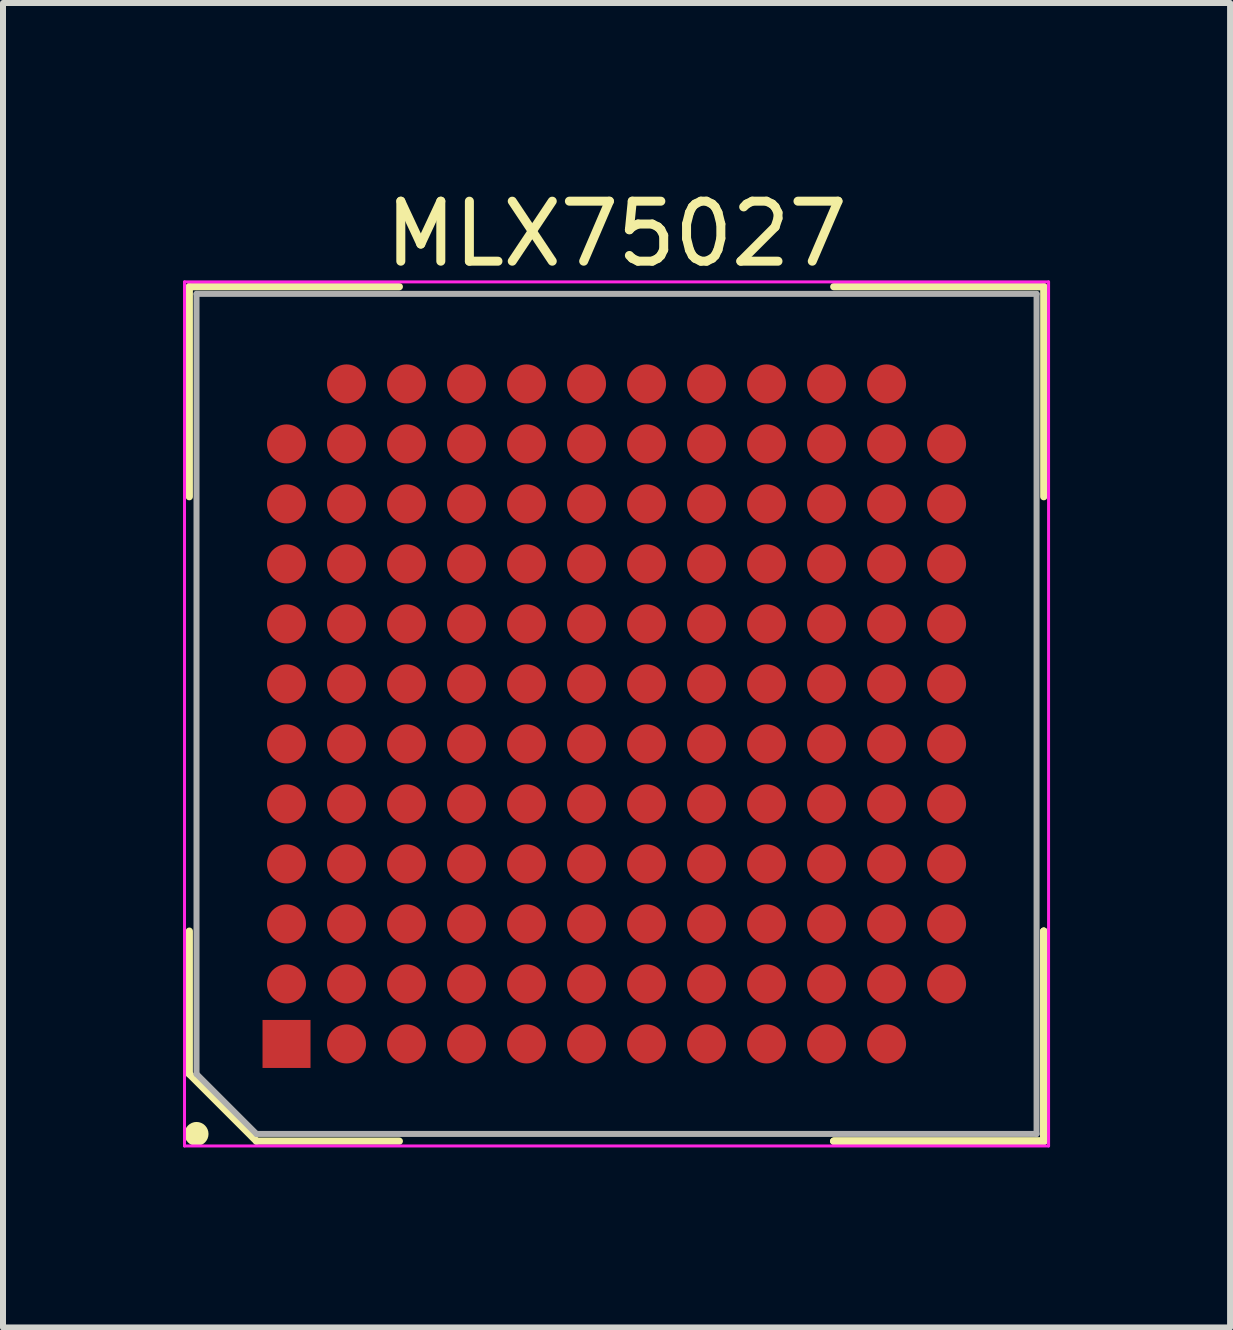
<source format=kicad_pcb>
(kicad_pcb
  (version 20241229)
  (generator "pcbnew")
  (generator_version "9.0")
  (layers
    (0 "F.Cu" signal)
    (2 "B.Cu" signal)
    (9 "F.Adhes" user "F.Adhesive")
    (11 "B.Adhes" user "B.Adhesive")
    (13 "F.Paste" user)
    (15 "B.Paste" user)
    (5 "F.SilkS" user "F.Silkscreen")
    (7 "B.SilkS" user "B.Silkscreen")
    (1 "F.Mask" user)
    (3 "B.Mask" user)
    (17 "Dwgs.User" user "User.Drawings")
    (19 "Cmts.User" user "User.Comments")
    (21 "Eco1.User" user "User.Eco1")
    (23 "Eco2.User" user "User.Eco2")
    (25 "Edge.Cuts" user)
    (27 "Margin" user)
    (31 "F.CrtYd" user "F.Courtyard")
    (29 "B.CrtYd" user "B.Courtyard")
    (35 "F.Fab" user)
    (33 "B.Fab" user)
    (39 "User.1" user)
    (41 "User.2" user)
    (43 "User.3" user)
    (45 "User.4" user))
  (footprint "MLX75027"
    (layer "F.Cu")
    (at 7.225 8.848)
    (property "Reference" "MLX75027" (at 0 -8 0) (layer "F.SilkS") (effects (font (size 1 1) (thickness 0.15))))
    (attr smd)
    (fp_line (start -7.12 -7.12) (end -7.12 -3.62) (stroke (width 0.12) (type solid)) (layer "F.SilkS"))
    (fp_line (start -7.12 6) (end -7.12 3.62) (stroke (width 0.12) (type solid)) (layer "F.SilkS"))
    (fp_line (start -6 7.12) (end -7.12 6) (stroke (width 0.12) (type solid)) (layer "F.SilkS"))
    (fp_line (start -3.62 -7.12) (end -7.12 -7.12) (stroke (width 0.12) (type solid)) (layer "F.SilkS"))
    (fp_line (start -3.62 7.12) (end -6 7.12) (stroke (width 0.12) (type solid)) (layer "F.SilkS"))
    (fp_line (start 3.62 -7.12) (end 7.12 -7.12) (stroke (width 0.12) (type solid)) (layer "F.SilkS"))
    (fp_line (start 3.62 7.12) (end 7.12 7.12) (stroke (width 0.12) (type solid)) (layer "F.SilkS"))
    (fp_line (start 3.62 7.12) (end 7.12 7.12) (stroke (width 0.12) (type solid)) (layer "F.SilkS"))
    (fp_line (start 3.62 7.12) (end 7.12 7.12) (stroke (width 0.12) (type solid)) (layer "F.SilkS"))
    (fp_line (start 7.12 -7.12) (end 7.12 -3.62) (stroke (width 0.12) (type solid)) (layer "F.SilkS"))
    (fp_line (start 7.12 7.12) (end 7.12 3.62) (stroke (width 0.12) (type solid)) (layer "F.SilkS"))
    (fp_line (start 7.12 7.12) (end 7.12 3.62) (stroke (width 0.12) (type solid)) (layer "F.SilkS"))
    (fp_line (start 7.12 7.12) (end 7.12 3.62) (stroke (width 0.12) (type solid)) (layer "F.SilkS"))
    (fp_circle (center -7 7) (end -7 6.9) (stroke (width 0.2) (type solid)) (fill no) (layer "F.SilkS"))
    (fp_line (start -7.2 -7.2) (end -7.2 7.2) (stroke (width 0.05) (type solid)) (layer "F.CrtYd"))
    (fp_line (start -7.2 7.2) (end 7.2 7.2) (stroke (width 0.05) (type solid)) (layer "F.CrtYd"))
    (fp_line (start 7.2 -7.2) (end -7.2 -7.2) (stroke (width 0.05) (type solid)) (layer "F.CrtYd"))
    (fp_line (start 7.2 7.2) (end 7.2 -7.2) (stroke (width 0.05) (type solid)) (layer "F.CrtYd"))
    (fp_line (start -7 -7) (end 7 -7) (stroke (width 0.1) (type solid)) (layer "F.Fab"))
    (fp_line (start -7 6) (end -7 -7) (stroke (width 0.1) (type solid)) (layer "F.Fab"))
    (fp_line (start -6 7) (end -7 6) (stroke (width 0.1) (type solid)) (layer "F.Fab"))
    (fp_line (start 7 -7) (end 7 7) (stroke (width 0.1) (type solid)) (layer "F.Fab"))
    (fp_line (start 7 7) (end -6 7) (stroke (width 0.1) (type solid)) (layer "F.Fab"))
    (pad "A1" smd rect (at -5.5 5.5 180) (size 0.8 0.8) (layers "F.Cu" "F.Mask" "F.Paste"))
    (pad "A2" smd circle (at -4.5 5.5 180) (size 0.65 0.65) (layers "F.Cu" "F.Mask" "F.Paste"))
    (pad "A3" smd circle (at -3.5 5.5 180) (size 0.65 0.65) (layers "F.Cu" "F.Mask" "F.Paste"))
    (pad "A4" smd circle (at -2.5 5.5 180) (size 0.65 0.65) (layers "F.Cu" "F.Mask" "F.Paste"))
    (pad "A5" smd circle (at -1.5 5.5 180) (size 0.65 0.65) (layers "F.Cu" "F.Mask" "F.Paste"))
    (pad "A6" smd circle (at -0.5 5.5 180) (size 0.65 0.65) (layers "F.Cu" "F.Mask" "F.Paste"))
    (pad "A7" smd circle (at 0.5 5.5 180) (size 0.65 0.65) (layers "F.Cu" "F.Mask" "F.Paste"))
    (pad "A8" smd circle (at 1.5 5.5 180) (size 0.65 0.65) (layers "F.Cu" "F.Mask" "F.Paste"))
    (pad "A9" smd circle (at 2.5 5.5 180) (size 0.65 0.65) (layers "F.Cu" "F.Mask" "F.Paste"))
    (pad "A10" smd circle (at 3.5 5.5 180) (size 0.65 0.65) (layers "F.Cu" "F.Mask" "F.Paste"))
    (pad "A11" smd circle (at 4.5 5.5 180) (size 0.65 0.65) (layers "F.Cu" "F.Mask" "F.Paste"))
    (pad "B1" smd circle (at -5.5 4.5 180) (size 0.65 0.65) (layers "F.Cu" "F.Mask" "F.Paste"))
    (pad "B2" smd circle (at -4.5 4.5 180) (size 0.65 0.65) (layers "F.Cu" "F.Mask" "F.Paste"))
    (pad "B3" smd circle (at -3.5 4.5 180) (size 0.65 0.65) (layers "F.Cu" "F.Mask" "F.Paste"))
    (pad "B4" smd circle (at -2.5 4.5 180) (size 0.65 0.65) (layers "F.Cu" "F.Mask" "F.Paste"))
    (pad "B5" smd circle (at -1.5 4.5 180) (size 0.65 0.65) (layers "F.Cu" "F.Mask" "F.Paste"))
    (pad "B6" smd circle (at -0.5 4.5 180) (size 0.65 0.65) (layers "F.Cu" "F.Mask" "F.Paste"))
    (pad "B7" smd circle (at 0.5 4.5 180) (size 0.65 0.65) (layers "F.Cu" "F.Mask" "F.Paste"))
    (pad "B8" smd circle (at 1.5 4.5 180) (size 0.65 0.65) (layers "F.Cu" "F.Mask" "F.Paste"))
    (pad "B9" smd circle (at 2.5 4.5 180) (size 0.65 0.65) (layers "F.Cu" "F.Mask" "F.Paste"))
    (pad "B10" smd circle (at 3.5 4.5 180) (size 0.65 0.65) (layers "F.Cu" "F.Mask" "F.Paste"))
    (pad "B11" smd circle (at 4.5 4.5 180) (size 0.65 0.65) (layers "F.Cu" "F.Mask" "F.Paste"))
    (pad "B12" smd circle (at 5.5 4.5 180) (size 0.65 0.65) (layers "F.Cu" "F.Mask" "F.Paste"))
    (pad "C1" smd circle (at -5.5 3.5 180) (size 0.65 0.65) (layers "F.Cu" "F.Mask" "F.Paste"))
    (pad "C2" smd circle (at -4.5 3.5 180) (size 0.65 0.65) (layers "F.Cu" "F.Mask" "F.Paste"))
    (pad "C3" smd circle (at -3.5 3.5 180) (size 0.65 0.65) (layers "F.Cu" "F.Mask" "F.Paste"))
    (pad "C4" smd circle (at -2.5 3.5 180) (size 0.65 0.65) (layers "F.Cu" "F.Mask" "F.Paste"))
    (pad "C5" smd circle (at -1.5 3.5 180) (size 0.65 0.65) (layers "F.Cu" "F.Mask" "F.Paste"))
    (pad "C6" smd circle (at -0.5 3.5 180) (size 0.65 0.65) (layers "F.Cu" "F.Mask" "F.Paste"))
    (pad "C7" smd circle (at 0.5 3.5 180) (size 0.65 0.65) (layers "F.Cu" "F.Mask" "F.Paste"))
    (pad "C8" smd circle (at 1.5 3.5 180) (size 0.65 0.65) (layers "F.Cu" "F.Mask" "F.Paste"))
    (pad "C9" smd circle (at 2.5 3.5 180) (size 0.65 0.65) (layers "F.Cu" "F.Mask" "F.Paste"))
    (pad "C10" smd circle (at 3.5 3.5 180) (size 0.65 0.65) (layers "F.Cu" "F.Mask" "F.Paste"))
    (pad "C11" smd circle (at 4.5 3.5 180) (size 0.65 0.65) (layers "F.Cu" "F.Mask" "F.Paste"))
    (pad "C12" smd circle (at 5.5 3.5 180) (size 0.65 0.65) (layers "F.Cu" "F.Mask" "F.Paste"))
    (pad "D1" smd circle (at -5.5 2.5 180) (size 0.65 0.65) (layers "F.Cu" "F.Mask" "F.Paste"))
    (pad "D2" smd circle (at -4.5 2.5 180) (size 0.65 0.65) (layers "F.Cu" "F.Mask" "F.Paste"))
    (pad "D3" smd circle (at -3.5 2.5 180) (size 0.65 0.65) (layers "F.Cu" "F.Mask" "F.Paste"))
    (pad "D4" smd circle (at -2.5 2.5 180) (size 0.65 0.65) (layers "F.Cu" "F.Mask" "F.Paste"))
    (pad "D5" smd circle (at -1.5 2.5 180) (size 0.65 0.65) (layers "F.Cu" "F.Mask" "F.Paste"))
    (pad "D6" smd circle (at -0.5 2.5 180) (size 0.65 0.65) (layers "F.Cu" "F.Mask" "F.Paste"))
    (pad "D7" smd circle (at 0.5 2.5 180) (size 0.65 0.65) (layers "F.Cu" "F.Mask" "F.Paste"))
    (pad "D8" smd circle (at 1.5 2.5 180) (size 0.65 0.65) (layers "F.Cu" "F.Mask" "F.Paste"))
    (pad "D9" smd circle (at 2.5 2.5 180) (size 0.65 0.65) (layers "F.Cu" "F.Mask" "F.Paste"))
    (pad "D10" smd circle (at 3.5 2.5 180) (size 0.65 0.65) (layers "F.Cu" "F.Mask" "F.Paste"))
    (pad "D11" smd circle (at 4.5 2.5 180) (size 0.65 0.65) (layers "F.Cu" "F.Mask" "F.Paste"))
    (pad "D12" smd circle (at 5.5 2.5 180) (size 0.65 0.65) (layers "F.Cu" "F.Mask" "F.Paste"))
    (pad "E1" smd circle (at -5.5 1.5 180) (size 0.65 0.65) (layers "F.Cu" "F.Mask" "F.Paste"))
    (pad "E2" smd circle (at -4.5 1.5 180) (size 0.65 0.65) (layers "F.Cu" "F.Mask" "F.Paste"))
    (pad "E3" smd circle (at -3.5 1.5 180) (size 0.65 0.65) (layers "F.Cu" "F.Mask" "F.Paste"))
    (pad "E4" smd circle (at -2.5 1.5 180) (size 0.65 0.65) (layers "F.Cu" "F.Mask" "F.Paste"))
    (pad "E5" smd circle (at -1.5 1.5 180) (size 0.65 0.65) (layers "F.Cu" "F.Mask" "F.Paste"))
    (pad "E6" smd circle (at -0.5 1.5 180) (size 0.65 0.65) (layers "F.Cu" "F.Mask" "F.Paste"))
    (pad "E7" smd circle (at 0.5 1.5 180) (size 0.65 0.65) (layers "F.Cu" "F.Mask" "F.Paste"))
    (pad "E8" smd circle (at 1.5 1.5 180) (size 0.65 0.65) (layers "F.Cu" "F.Mask" "F.Paste"))
    (pad "E9" smd circle (at 2.5 1.5 180) (size 0.65 0.65) (layers "F.Cu" "F.Mask" "F.Paste"))
    (pad "E10" smd circle (at 3.5 1.5 180) (size 0.65 0.65) (layers "F.Cu" "F.Mask" "F.Paste"))
    (pad "E11" smd circle (at 4.5 1.5 180) (size 0.65 0.65) (layers "F.Cu" "F.Mask" "F.Paste"))
    (pad "E12" smd circle (at 5.5 1.5 180) (size 0.65 0.65) (layers "F.Cu" "F.Mask" "F.Paste"))
    (pad "F1" smd circle (at -5.5 0.5 180) (size 0.65 0.65) (layers "F.Cu" "F.Mask" "F.Paste"))
    (pad "F2" smd circle (at -4.5 0.5 180) (size 0.65 0.65) (layers "F.Cu" "F.Mask" "F.Paste"))
    (pad "F3" smd circle (at -3.5 0.5 180) (size 0.65 0.65) (layers "F.Cu" "F.Mask" "F.Paste"))
    (pad "F4" smd circle (at -2.5 0.5 180) (size 0.65 0.65) (layers "F.Cu" "F.Mask" "F.Paste"))
    (pad "F5" smd circle (at -1.5 0.5 180) (size 0.65 0.65) (layers "F.Cu" "F.Mask" "F.Paste"))
    (pad "F6" smd circle (at -0.5 0.5 180) (size 0.65 0.65) (layers "F.Cu" "F.Mask" "F.Paste"))
    (pad "F7" smd circle (at 0.5 0.5 180) (size 0.65 0.65) (layers "F.Cu" "F.Mask" "F.Paste"))
    (pad "F8" smd circle (at 1.5 0.5 180) (size 0.65 0.65) (layers "F.Cu" "F.Mask" "F.Paste"))
    (pad "F9" smd circle (at 2.5 0.5 180) (size 0.65 0.65) (layers "F.Cu" "F.Mask" "F.Paste"))
    (pad "F10" smd circle (at 3.5 0.5 180) (size 0.65 0.65) (layers "F.Cu" "F.Mask" "F.Paste"))
    (pad "F11" smd circle (at 4.5 0.5 180) (size 0.65 0.65) (layers "F.Cu" "F.Mask" "F.Paste"))
    (pad "F12" smd circle (at 5.5 0.5 180) (size 0.65 0.65) (layers "F.Cu" "F.Mask" "F.Paste"))
    (pad "G1" smd circle (at -5.5 -0.5 180) (size 0.65 0.65) (layers "F.Cu" "F.Mask" "F.Paste"))
    (pad "G2" smd circle (at -4.5 -0.5 180) (size 0.65 0.65) (layers "F.Cu" "F.Mask" "F.Paste"))
    (pad "G3" smd circle (at -3.5 -0.5 180) (size 0.65 0.65) (layers "F.Cu" "F.Mask" "F.Paste"))
    (pad "G4" smd circle (at -2.5 -0.5 180) (size 0.65 0.65) (layers "F.Cu" "F.Mask" "F.Paste"))
    (pad "G5" smd circle (at -1.5 -0.5 180) (size 0.65 0.65) (layers "F.Cu" "F.Mask" "F.Paste"))
    (pad "G6" smd circle (at -0.5 -0.5 180) (size 0.65 0.65) (layers "F.Cu" "F.Mask" "F.Paste"))
    (pad "G7" smd circle (at 0.5 -0.5 180) (size 0.65 0.65) (layers "F.Cu" "F.Mask" "F.Paste"))
    (pad "G8" smd circle (at 1.5 -0.5 180) (size 0.65 0.65) (layers "F.Cu" "F.Mask" "F.Paste"))
    (pad "G9" smd circle (at 2.5 -0.5 180) (size 0.65 0.65) (layers "F.Cu" "F.Mask" "F.Paste"))
    (pad "G10" smd circle (at 3.5 -0.5 180) (size 0.65 0.65) (layers "F.Cu" "F.Mask" "F.Paste"))
    (pad "G11" smd circle (at 4.5 -0.5 180) (size 0.65 0.65) (layers "F.Cu" "F.Mask" "F.Paste"))
    (pad "G12" smd circle (at 5.5 -0.5 180) (size 0.65 0.65) (layers "F.Cu" "F.Mask" "F.Paste"))
    (pad "H1" smd circle (at -5.5 -1.5 180) (size 0.65 0.65) (layers "F.Cu" "F.Mask" "F.Paste"))
    (pad "H2" smd circle (at -4.5 -1.5 180) (size 0.65 0.65) (layers "F.Cu" "F.Mask" "F.Paste"))
    (pad "H3" smd circle (at -3.5 -1.5 180) (size 0.65 0.65) (layers "F.Cu" "F.Mask" "F.Paste"))
    (pad "H4" smd circle (at -2.5 -1.5 180) (size 0.65 0.65) (layers "F.Cu" "F.Mask" "F.Paste"))
    (pad "H5" smd circle (at -1.5 -1.5 180) (size 0.65 0.65) (layers "F.Cu" "F.Mask" "F.Paste"))
    (pad "H6" smd circle (at -0.5 -1.5 180) (size 0.65 0.65) (layers "F.Cu" "F.Mask" "F.Paste"))
    (pad "H7" smd circle (at 0.5 -1.5 180) (size 0.65 0.65) (layers "F.Cu" "F.Mask" "F.Paste"))
    (pad "H8" smd circle (at 1.5 -1.5 180) (size 0.65 0.65) (layers "F.Cu" "F.Mask" "F.Paste"))
    (pad "H9" smd circle (at 2.5 -1.5 180) (size 0.65 0.65) (layers "F.Cu" "F.Mask" "F.Paste"))
    (pad "H10" smd circle (at 3.5 -1.5 180) (size 0.65 0.65) (layers "F.Cu" "F.Mask" "F.Paste"))
    (pad "H11" smd circle (at 4.5 -1.5 180) (size 0.65 0.65) (layers "F.Cu" "F.Mask" "F.Paste"))
    (pad "H12" smd circle (at 5.5 -1.5 180) (size 0.65 0.65) (layers "F.Cu" "F.Mask" "F.Paste"))
    (pad "J1" smd circle (at -5.5 -2.5 180) (size 0.65 0.65) (layers "F.Cu" "F.Mask" "F.Paste"))
    (pad "J2" smd circle (at -4.5 -2.5 180) (size 0.65 0.65) (layers "F.Cu" "F.Mask" "F.Paste"))
    (pad "J3" smd circle (at -3.5 -2.5 180) (size 0.65 0.65) (layers "F.Cu" "F.Mask" "F.Paste"))
    (pad "J4" smd circle (at -2.5 -2.5 180) (size 0.65 0.65) (layers "F.Cu" "F.Mask" "F.Paste"))
    (pad "J5" smd circle (at -1.5 -2.5 180) (size 0.65 0.65) (layers "F.Cu" "F.Mask" "F.Paste"))
    (pad "J6" smd circle (at -0.5 -2.5 180) (size 0.65 0.65) (layers "F.Cu" "F.Mask" "F.Paste"))
    (pad "J7" smd circle (at 0.5 -2.5 180) (size 0.65 0.65) (layers "F.Cu" "F.Mask" "F.Paste"))
    (pad "J8" smd circle (at 1.5 -2.5 180) (size 0.65 0.65) (layers "F.Cu" "F.Mask" "F.Paste"))
    (pad "J9" smd circle (at 2.5 -2.5 180) (size 0.65 0.65) (layers "F.Cu" "F.Mask" "F.Paste"))
    (pad "J10" smd circle (at 3.5 -2.5 180) (size 0.65 0.65) (layers "F.Cu" "F.Mask" "F.Paste"))
    (pad "J11" smd circle (at 4.5 -2.5 180) (size 0.65 0.65) (layers "F.Cu" "F.Mask" "F.Paste"))
    (pad "J12" smd circle (at 5.5 -2.5 180) (size 0.65 0.65) (layers "F.Cu" "F.Mask" "F.Paste"))
    (pad "K1" smd circle (at -5.5 -3.5 180) (size 0.65 0.65) (layers "F.Cu" "F.Mask" "F.Paste"))
    (pad "K2" smd circle (at -4.5 -3.5 180) (size 0.65 0.65) (layers "F.Cu" "F.Mask" "F.Paste"))
    (pad "K3" smd circle (at -3.5 -3.5 180) (size 0.65 0.65) (layers "F.Cu" "F.Mask" "F.Paste"))
    (pad "K4" smd circle (at -2.5 -3.5 180) (size 0.65 0.65) (layers "F.Cu" "F.Mask" "F.Paste"))
    (pad "K5" smd circle (at -1.5 -3.5 180) (size 0.65 0.65) (layers "F.Cu" "F.Mask" "F.Paste"))
    (pad "K6" smd circle (at -0.5 -3.5 180) (size 0.65 0.65) (layers "F.Cu" "F.Mask" "F.Paste"))
    (pad "K7" smd circle (at 0.5 -3.5 180) (size 0.65 0.65) (layers "F.Cu" "F.Mask" "F.Paste"))
    (pad "K8" smd circle (at 1.5 -3.5 180) (size 0.65 0.65) (layers "F.Cu" "F.Mask" "F.Paste"))
    (pad "K9" smd circle (at 2.5 -3.5 180) (size 0.65 0.65) (layers "F.Cu" "F.Mask" "F.Paste"))
    (pad "K10" smd circle (at 3.5 -3.5 180) (size 0.65 0.65) (layers "F.Cu" "F.Mask" "F.Paste"))
    (pad "K11" smd circle (at 4.5 -3.5 180) (size 0.65 0.65) (layers "F.Cu" "F.Mask" "F.Paste"))
    (pad "K12" smd circle (at 5.5 -3.5 180) (size 0.65 0.65) (layers "F.Cu" "F.Mask" "F.Paste"))
    (pad "L1" smd circle (at -5.5 -4.5 180) (size 0.65 0.65) (layers "F.Cu" "F.Mask" "F.Paste"))
    (pad "L2" smd circle (at -4.5 -4.5 180) (size 0.65 0.65) (layers "F.Cu" "F.Mask" "F.Paste"))
    (pad "L3" smd circle (at -3.5 -4.5 180) (size 0.65 0.65) (layers "F.Cu" "F.Mask" "F.Paste"))
    (pad "L4" smd circle (at -2.5 -4.5 180) (size 0.65 0.65) (layers "F.Cu" "F.Mask" "F.Paste"))
    (pad "L5" smd circle (at -1.5 -4.5 180) (size 0.65 0.65) (layers "F.Cu" "F.Mask" "F.Paste"))
    (pad "L6" smd circle (at -0.5 -4.5 180) (size 0.65 0.65) (layers "F.Cu" "F.Mask" "F.Paste"))
    (pad "L7" smd circle (at 0.5 -4.5 180) (size 0.65 0.65) (layers "F.Cu" "F.Mask" "F.Paste"))
    (pad "L8" smd circle (at 1.5 -4.5 180) (size 0.65 0.65) (layers "F.Cu" "F.Mask" "F.Paste"))
    (pad "L9" smd circle (at 2.5 -4.5 180) (size 0.65 0.65) (layers "F.Cu" "F.Mask" "F.Paste"))
    (pad "L10" smd circle (at 3.5 -4.5 180) (size 0.65 0.65) (layers "F.Cu" "F.Mask" "F.Paste"))
    (pad "L11" smd circle (at 4.5 -4.5 180) (size 0.65 0.65) (layers "F.Cu" "F.Mask" "F.Paste"))
    (pad "L12" smd circle (at 5.5 -4.5 180) (size 0.65 0.65) (layers "F.Cu" "F.Mask" "F.Paste"))
    (pad "M2" smd circle (at -4.5 -5.5 180) (size 0.65 0.65) (layers "F.Cu" "F.Mask" "F.Paste"))
    (pad "M3" smd circle (at -3.5 -5.5 180) (size 0.65 0.65) (layers "F.Cu" "F.Mask" "F.Paste"))
    (pad "M4" smd circle (at -2.5 -5.5 180) (size 0.65 0.65) (layers "F.Cu" "F.Mask" "F.Paste"))
    (pad "M5" smd circle (at -1.5 -5.5 180) (size 0.65 0.65) (layers "F.Cu" "F.Mask" "F.Paste"))
    (pad "M6" smd circle (at -0.5 -5.5 180) (size 0.65 0.65) (layers "F.Cu" "F.Mask" "F.Paste"))
    (pad "M7" smd circle (at 0.5 -5.5 180) (size 0.65 0.65) (layers "F.Cu" "F.Mask" "F.Paste"))
    (pad "M8" smd circle (at 1.5 -5.5 180) (size 0.65 0.65) (layers "F.Cu" "F.Mask" "F.Paste"))
    (pad "M9" smd circle (at 2.5 -5.5 180) (size 0.65 0.65) (layers "F.Cu" "F.Mask" "F.Paste"))
    (pad "M10" smd circle (at 3.5 -5.5 180) (size 0.65 0.65) (layers "F.Cu" "F.Mask" "F.Paste"))
    (pad "M11" smd circle (at 4.5 -5.5 180) (size 0.65 0.65) (layers "F.Cu" "F.Mask" "F.Paste")))
  (gr_rect
    (start -3 -3)
    (end 17.45 19.073)
    (stroke (width 0.1) (type default))
    (fill no)
    (layer "Edge.Cuts")))
</source>
